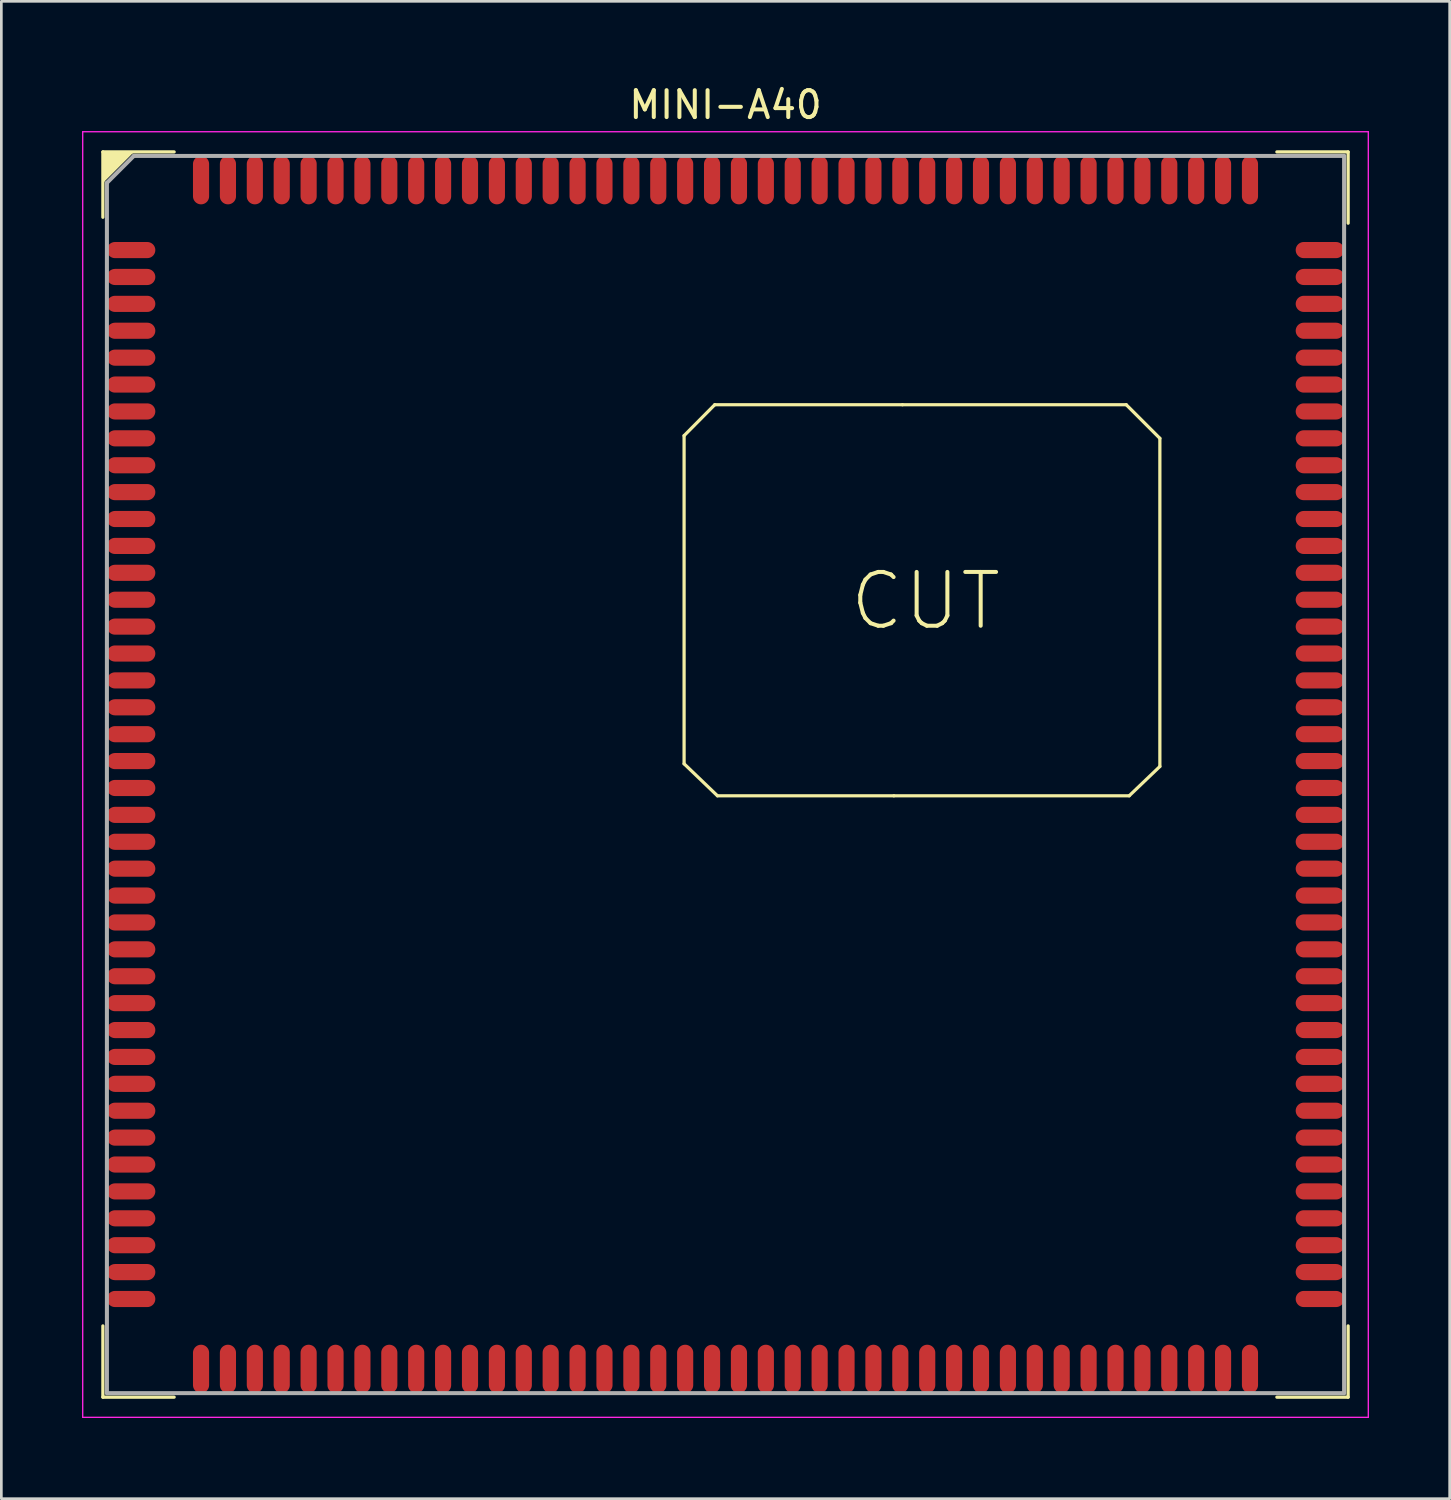
<source format=kicad_pcb>
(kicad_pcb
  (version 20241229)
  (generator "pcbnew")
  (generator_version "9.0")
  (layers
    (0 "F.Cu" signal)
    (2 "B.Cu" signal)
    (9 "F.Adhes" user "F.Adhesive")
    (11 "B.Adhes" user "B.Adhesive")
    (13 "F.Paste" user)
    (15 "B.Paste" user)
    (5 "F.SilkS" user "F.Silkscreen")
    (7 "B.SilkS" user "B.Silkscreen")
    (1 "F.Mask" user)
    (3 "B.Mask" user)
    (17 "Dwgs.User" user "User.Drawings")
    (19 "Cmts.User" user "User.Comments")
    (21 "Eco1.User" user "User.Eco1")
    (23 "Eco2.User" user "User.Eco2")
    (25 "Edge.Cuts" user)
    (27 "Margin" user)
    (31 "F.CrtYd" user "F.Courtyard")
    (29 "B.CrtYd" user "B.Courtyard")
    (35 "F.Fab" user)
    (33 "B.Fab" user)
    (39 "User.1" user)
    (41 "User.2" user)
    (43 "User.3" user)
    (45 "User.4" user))
  (footprint "MINI-A40"
    (layer "F.Cu")
    (at 23.925 25.748)
    (property "Reference" "MINI-A40" (at 0 -24.9 0) (layer "F.SilkS") (effects (font (size 1 1) (thickness 0.15))))
    (attr smd)
    (fp_line (start -23.15 -23.15) (end -23.15 -20.72) (stroke (width 0.12) (type solid)) (layer "F.SilkS"))
    (fp_line (start -23.15 23.15) (end -23.15 20.5) (stroke (width 0.12) (type solid)) (layer "F.SilkS"))
    (fp_line (start -20.5 -23.15) (end -23.15 -23.15) (stroke (width 0.12) (type solid)) (layer "F.SilkS"))
    (fp_line (start -20.5 23.15) (end -23.15 23.15) (stroke (width 0.12) (type solid)) (layer "F.SilkS"))
    (fp_line (start -1.54 -12.6) (end -1.54 -0.4) (stroke (width 0.12) (type solid)) (layer "F.SilkS"))
    (fp_line (start -1.54 -12.6) (end -0.4 -13.75) (stroke (width 0.12) (type solid)) (layer "F.SilkS"))
    (fp_line (start -0.3 0.79) (end -1.54 -0.4) (stroke (width 0.12) (type solid)) (layer "F.SilkS"))
    (fp_line (start 6.26 0.79) (end -0.3 0.79) (stroke (width 0.12) (type solid)) (layer "F.SilkS"))
    (fp_line (start 6.58 -13.75) (end -0.4 -13.75) (stroke (width 0.12) (type solid)) (layer "F.SilkS"))
    (fp_line (start 6.58 -13.75) (end 14.9 -13.75) (stroke (width 0.12) (type solid)) (layer "F.SilkS"))
    (fp_line (start 15.01 0.79) (end 6.26 0.79) (stroke (width 0.12) (type solid)) (layer "F.SilkS"))
    (fp_line (start 16.15 -12.5) (end 14.9 -13.75) (stroke (width 0.12) (type solid)) (layer "F.SilkS"))
    (fp_line (start 16.15 -12.5) (end 16.15 -0.3) (stroke (width 0.12) (type solid)) (layer "F.SilkS"))
    (fp_line (start 16.15 -0.3) (end 15.01 0.79) (stroke (width 0.12) (type solid)) (layer "F.SilkS"))
    (fp_line (start 20.5 -23.15) (end 23.15 -23.15) (stroke (width 0.12) (type solid)) (layer "F.SilkS"))
    (fp_line (start 20.5 23.15) (end 23.15 23.15) (stroke (width 0.12) (type solid)) (layer "F.SilkS"))
    (fp_line (start 23.15 -23.15) (end 23.15 -20.5) (stroke (width 0.12) (type solid)) (layer "F.SilkS"))
    (fp_line (start 23.15 23.15) (end 23.15 20.5) (stroke (width 0.12) (type solid)) (layer "F.SilkS"))
    (fp_poly (pts (xy -23.13 -22.08) (xy -23.09 -23.09) (xy -22.08 -23.13)) (stroke (width 0.1) (type solid)) (fill yes) (layer "F.SilkS"))
    (fp_line (start -23.9 -23.9) (end 23.9 -23.9) (stroke (width 0.05) (type solid)) (layer "F.CrtYd"))
    (fp_line (start -23.9 23.9) (end -23.9 -23.9) (stroke (width 0.05) (type solid)) (layer "F.CrtYd"))
    (fp_line (start 23.9 -23.9) (end 23.9 23.9) (stroke (width 0.05) (type solid)) (layer "F.CrtYd"))
    (fp_line (start 23.9 23.9) (end -23.9 23.9) (stroke (width 0.05) (type solid)) (layer "F.CrtYd"))
    (fp_line (start -23 -22) (end -23 23) (stroke (width 0.15) (type solid)) (layer "F.Fab"))
    (fp_line (start -23 23) (end 23 23) (stroke (width 0.15) (type solid)) (layer "F.Fab"))
    (fp_line (start -22 -23) (end -23 -22) (stroke (width 0.15) (type solid)) (layer "F.Fab"))
    (fp_line (start 23 -23) (end -22 -23) (stroke (width 0.15) (type solid)) (layer "F.Fab"))
    (fp_line (start 23 23) (end 23 -23) (stroke (width 0.15) (type solid)) (layer "F.Fab"))
    (fp_text user "CUT" (at 7.44 -6.45 0) (layer "F.SilkS") (effects (font (size 2 2) (thickness 0.15))))
    (pad "1" smd oval (at -22.1 -19.5 90) (size 0.6 1.8) (layers "F.Cu" "F.Mask" "F.Paste"))
    (pad "2" smd oval (at -22.1 -18.5 90) (size 0.6 1.8) (layers "F.Cu" "F.Mask" "F.Paste"))
    (pad "3" smd oval (at -22.1 -17.5 90) (size 0.6 1.8) (layers "F.Cu" "F.Mask" "F.Paste"))
    (pad "4" smd oval (at -22.1 -16.5 90) (size 0.6 1.8) (layers "F.Cu" "F.Mask" "F.Paste"))
    (pad "5" smd oval (at -22.1 -15.5 90) (size 0.6 1.8) (layers "F.Cu" "F.Mask" "F.Paste"))
    (pad "6" smd oval (at -22.1 -14.5 90) (size 0.6 1.8) (layers "F.Cu" "F.Mask" "F.Paste"))
    (pad "7" smd oval (at -22.1 -13.5 90) (size 0.6 1.8) (layers "F.Cu" "F.Mask" "F.Paste"))
    (pad "8" smd oval (at -22.1 -12.5 90) (size 0.6 1.8) (layers "F.Cu" "F.Mask" "F.Paste"))
    (pad "9" smd oval (at -22.1 -11.5 90) (size 0.6 1.8) (layers "F.Cu" "F.Mask" "F.Paste"))
    (pad "10" smd oval (at -22.1 -10.5 90) (size 0.6 1.8) (layers "F.Cu" "F.Mask" "F.Paste"))
    (pad "11" smd oval (at -22.1 -9.5 90) (size 0.6 1.8) (layers "F.Cu" "F.Mask" "F.Paste"))
    (pad "12" smd oval (at -22.1 -8.5 90) (size 0.6 1.8) (layers "F.Cu" "F.Mask" "F.Paste"))
    (pad "13" smd oval (at -22.1 -7.5 90) (size 0.6 1.8) (layers "F.Cu" "F.Mask" "F.Paste"))
    (pad "14" smd oval (at -22.1 -6.5 90) (size 0.6 1.8) (layers "F.Cu" "F.Mask" "F.Paste"))
    (pad "15" smd oval (at -22.1 -5.5 90) (size 0.6 1.8) (layers "F.Cu" "F.Mask" "F.Paste"))
    (pad "16" smd oval (at -22.1 -4.5 90) (size 0.6 1.8) (layers "F.Cu" "F.Mask" "F.Paste"))
    (pad "17" smd oval (at -22.1 -3.5 90) (size 0.6 1.8) (layers "F.Cu" "F.Mask" "F.Paste"))
    (pad "18" smd oval (at -22.1 -2.5 90) (size 0.6 1.8) (layers "F.Cu" "F.Mask" "F.Paste"))
    (pad "19" smd oval (at -22.1 -1.5 90) (size 0.6 1.8) (layers "F.Cu" "F.Mask" "F.Paste"))
    (pad "20" smd oval (at -22.1 -0.5 90) (size 0.6 1.8) (layers "F.Cu" "F.Mask" "F.Paste"))
    (pad "21" smd oval (at -22.1 0.5 90) (size 0.6 1.8) (layers "F.Cu" "F.Mask" "F.Paste"))
    (pad "22" smd oval (at -22.1 1.5 90) (size 0.6 1.8) (layers "F.Cu" "F.Mask" "F.Paste"))
    (pad "23" smd oval (at -22.1 2.5 90) (size 0.6 1.8) (layers "F.Cu" "F.Mask" "F.Paste"))
    (pad "24" smd oval (at -22.1 3.5 90) (size 0.6 1.8) (layers "F.Cu" "F.Mask" "F.Paste"))
    (pad "25" smd oval (at -22.1 4.5 90) (size 0.6 1.8) (layers "F.Cu" "F.Mask" "F.Paste"))
    (pad "26" smd oval (at -22.1 5.5 90) (size 0.6 1.8) (layers "F.Cu" "F.Mask" "F.Paste"))
    (pad "27" smd oval (at -22.1 6.5 90) (size 0.6 1.8) (layers "F.Cu" "F.Mask" "F.Paste"))
    (pad "28" smd oval (at -22.1 7.5 90) (size 0.6 1.8) (layers "F.Cu" "F.Mask" "F.Paste"))
    (pad "29" smd oval (at -22.1 8.5 90) (size 0.6 1.8) (layers "F.Cu" "F.Mask" "F.Paste"))
    (pad "30" smd oval (at -22.1 9.5 90) (size 0.6 1.8) (layers "F.Cu" "F.Mask" "F.Paste"))
    (pad "31" smd oval (at -22.1 10.5 90) (size 0.6 1.8) (layers "F.Cu" "F.Mask" "F.Paste"))
    (pad "32" smd oval (at -22.1 11.5 90) (size 0.6 1.8) (layers "F.Cu" "F.Mask" "F.Paste"))
    (pad "33" smd oval (at -22.1 12.5 90) (size 0.6 1.8) (layers "F.Cu" "F.Mask" "F.Paste"))
    (pad "34" smd oval (at -22.1 13.5 90) (size 0.6 1.8) (layers "F.Cu" "F.Mask" "F.Paste"))
    (pad "35" smd oval (at -22.1 14.5 90) (size 0.6 1.8) (layers "F.Cu" "F.Mask" "F.Paste"))
    (pad "36" smd oval (at -22.1 15.5 90) (size 0.6 1.8) (layers "F.Cu" "F.Mask" "F.Paste"))
    (pad "37" smd oval (at -22.1 16.5 90) (size 0.6 1.8) (layers "F.Cu" "F.Mask" "F.Paste"))
    (pad "38" smd oval (at -22.1 17.5 90) (size 0.6 1.8) (layers "F.Cu" "F.Mask" "F.Paste"))
    (pad "39" smd oval (at -22.1 18.5 90) (size 0.6 1.8) (layers "F.Cu" "F.Mask" "F.Paste"))
    (pad "40" smd oval (at -22.1 19.5 90) (size 0.6 1.8) (layers "F.Cu" "F.Mask" "F.Paste"))
    (pad "41" smd oval (at -19.5 22.1) (size 0.6 1.8) (layers "F.Cu" "F.Mask" "F.Paste"))
    (pad "42" smd oval (at -18.5 22.1) (size 0.6 1.8) (layers "F.Cu" "F.Mask" "F.Paste"))
    (pad "43" smd oval (at -17.5 22.1) (size 0.6 1.8) (layers "F.Cu" "F.Mask" "F.Paste"))
    (pad "44" smd oval (at -16.5 22.1) (size 0.6 1.8) (layers "F.Cu" "F.Mask" "F.Paste"))
    (pad "45" smd oval (at -15.5 22.1) (size 0.6 1.8) (layers "F.Cu" "F.Mask" "F.Paste"))
    (pad "46" smd oval (at -14.5 22.1) (size 0.6 1.8) (layers "F.Cu" "F.Mask" "F.Paste"))
    (pad "47" smd oval (at -13.5 22.1) (size 0.6 1.8) (layers "F.Cu" "F.Mask" "F.Paste"))
    (pad "48" smd oval (at -12.5 22.1) (size 0.6 1.8) (layers "F.Cu" "F.Mask" "F.Paste"))
    (pad "49" smd oval (at -11.5 22.1) (size 0.6 1.8) (layers "F.Cu" "F.Mask" "F.Paste"))
    (pad "50" smd oval (at -10.5 22.1) (size 0.6 1.8) (layers "F.Cu" "F.Mask" "F.Paste"))
    (pad "51" smd oval (at -9.5 22.1) (size 0.6 1.8) (layers "F.Cu" "F.Mask" "F.Paste"))
    (pad "52" smd oval (at -8.5 22.1) (size 0.6 1.8) (layers "F.Cu" "F.Mask" "F.Paste"))
    (pad "53" smd oval (at -7.5 22.1) (size 0.6 1.8) (layers "F.Cu" "F.Mask" "F.Paste"))
    (pad "54" smd oval (at -6.5 22.1) (size 0.6 1.8) (layers "F.Cu" "F.Mask" "F.Paste"))
    (pad "55" smd oval (at -5.5 22.1) (size 0.6 1.8) (layers "F.Cu" "F.Mask" "F.Paste"))
    (pad "56" smd oval (at -4.5 22.1) (size 0.6 1.8) (layers "F.Cu" "F.Mask" "F.Paste"))
    (pad "57" smd oval (at -3.5 22.1) (size 0.6 1.8) (layers "F.Cu" "F.Mask" "F.Paste"))
    (pad "58" smd oval (at -2.5 22.1) (size 0.6 1.8) (layers "F.Cu" "F.Mask" "F.Paste"))
    (pad "59" smd oval (at -1.5 22.1) (size 0.6 1.8) (layers "F.Cu" "F.Mask" "F.Paste"))
    (pad "60" smd oval (at -0.5 22.1) (size 0.6 1.8) (layers "F.Cu" "F.Mask" "F.Paste"))
    (pad "61" smd oval (at 0.5 22.1) (size 0.6 1.8) (layers "F.Cu" "F.Mask" "F.Paste"))
    (pad "62" smd oval (at 1.5 22.1) (size 0.6 1.8) (layers "F.Cu" "F.Mask" "F.Paste"))
    (pad "63" smd oval (at 2.5 22.1) (size 0.6 1.8) (layers "F.Cu" "F.Mask" "F.Paste"))
    (pad "64" smd oval (at 3.5 22.1) (size 0.6 1.8) (layers "F.Cu" "F.Mask" "F.Paste"))
    (pad "65" smd oval (at 4.5 22.1) (size 0.6 1.8) (layers "F.Cu" "F.Mask" "F.Paste"))
    (pad "66" smd oval (at 5.5 22.1) (size 0.6 1.8) (layers "F.Cu" "F.Mask" "F.Paste"))
    (pad "67" smd oval (at 6.5 22.1) (size 0.6 1.8) (layers "F.Cu" "F.Mask" "F.Paste"))
    (pad "68" smd oval (at 7.5 22.1) (size 0.6 1.8) (layers "F.Cu" "F.Mask" "F.Paste"))
    (pad "69" smd oval (at 8.5 22.1) (size 0.6 1.8) (layers "F.Cu" "F.Mask" "F.Paste"))
    (pad "70" smd oval (at 9.5 22.1) (size 0.6 1.8) (layers "F.Cu" "F.Mask" "F.Paste"))
    (pad "71" smd oval (at 10.5 22.1) (size 0.6 1.8) (layers "F.Cu" "F.Mask" "F.Paste"))
    (pad "72" smd oval (at 11.5 22.1) (size 0.6 1.8) (layers "F.Cu" "F.Mask" "F.Paste"))
    (pad "73" smd oval (at 12.5 22.1) (size 0.6 1.8) (layers "F.Cu" "F.Mask" "F.Paste"))
    (pad "74" smd oval (at 13.5 22.1) (size 0.6 1.8) (layers "F.Cu" "F.Mask" "F.Paste"))
    (pad "75" smd oval (at 14.5 22.1) (size 0.6 1.8) (layers "F.Cu" "F.Mask" "F.Paste"))
    (pad "76" smd oval (at 15.5 22.1) (size 0.6 1.8) (layers "F.Cu" "F.Mask" "F.Paste"))
    (pad "77" smd oval (at 16.5 22.1) (size 0.6 1.8) (layers "F.Cu" "F.Mask" "F.Paste"))
    (pad "78" smd oval (at 17.5 22.1) (size 0.6 1.8) (layers "F.Cu" "F.Mask" "F.Paste"))
    (pad "79" smd oval (at 18.5 22.1) (size 0.6 1.8) (layers "F.Cu" "F.Mask" "F.Paste"))
    (pad "80" smd oval (at 19.5 22.1) (size 0.6 1.8) (layers "F.Cu" "F.Mask" "F.Paste"))
    (pad "81" smd oval (at 22.1 19.5 90) (size 0.6 1.8) (layers "F.Cu" "F.Mask" "F.Paste"))
    (pad "82" smd oval (at 22.1 18.5 90) (size 0.6 1.8) (layers "F.Cu" "F.Mask" "F.Paste"))
    (pad "83" smd oval (at 22.1 17.5 90) (size 0.6 1.8) (layers "F.Cu" "F.Mask" "F.Paste"))
    (pad "84" smd oval (at 22.1 16.5 90) (size 0.6 1.8) (layers "F.Cu" "F.Mask" "F.Paste"))
    (pad "85" smd oval (at 22.1 15.5 90) (size 0.6 1.8) (layers "F.Cu" "F.Mask" "F.Paste"))
    (pad "86" smd oval (at 22.1 14.5 90) (size 0.6 1.8) (layers "F.Cu" "F.Mask" "F.Paste"))
    (pad "87" smd oval (at 22.1 13.5 90) (size 0.6 1.8) (layers "F.Cu" "F.Mask" "F.Paste"))
    (pad "88" smd oval (at 22.1 12.5 90) (size 0.6 1.8) (layers "F.Cu" "F.Mask" "F.Paste"))
    (pad "89" smd oval (at 22.1 11.5 90) (size 0.6 1.8) (layers "F.Cu" "F.Mask" "F.Paste"))
    (pad "90" smd oval (at 22.1 10.5 90) (size 0.6 1.8) (layers "F.Cu" "F.Mask" "F.Paste"))
    (pad "91" smd oval (at 22.1 9.5 90) (size 0.6 1.8) (layers "F.Cu" "F.Mask" "F.Paste"))
    (pad "92" smd oval (at 22.1 8.5 90) (size 0.6 1.8) (layers "F.Cu" "F.Mask" "F.Paste"))
    (pad "93" smd oval (at 22.1 7.5 90) (size 0.6 1.8) (layers "F.Cu" "F.Mask" "F.Paste"))
    (pad "94" smd oval (at 22.1 6.5 90) (size 0.6 1.8) (layers "F.Cu" "F.Mask" "F.Paste"))
    (pad "95" smd oval (at 22.1 5.5 90) (size 0.6 1.8) (layers "F.Cu" "F.Mask" "F.Paste"))
    (pad "96" smd oval (at 22.1 4.5 90) (size 0.6 1.8) (layers "F.Cu" "F.Mask" "F.Paste"))
    (pad "97" smd oval (at 22.1 3.5 90) (size 0.6 1.8) (layers "F.Cu" "F.Mask" "F.Paste"))
    (pad "98" smd oval (at 22.1 2.5 90) (size 0.6 1.8) (layers "F.Cu" "F.Mask" "F.Paste"))
    (pad "99" smd oval (at 22.1 1.5 90) (size 0.6 1.8) (layers "F.Cu" "F.Mask" "F.Paste"))
    (pad "100" smd oval (at 22.1 0.5 90) (size 0.6 1.8) (layers "F.Cu" "F.Mask" "F.Paste"))
    (pad "101" smd oval (at 22.1 -0.5 90) (size 0.6 1.8) (layers "F.Cu" "F.Mask" "F.Paste"))
    (pad "102" smd oval (at 22.1 -1.5 90) (size 0.6 1.8) (layers "F.Cu" "F.Mask" "F.Paste"))
    (pad "103" smd oval (at 22.1 -2.5 90) (size 0.6 1.8) (layers "F.Cu" "F.Mask" "F.Paste"))
    (pad "104" smd oval (at 22.1 -3.5 90) (size 0.6 1.8) (layers "F.Cu" "F.Mask" "F.Paste"))
    (pad "105" smd oval (at 22.1 -4.5 90) (size 0.6 1.8) (layers "F.Cu" "F.Mask" "F.Paste"))
    (pad "106" smd oval (at 22.1 -5.5 90) (size 0.6 1.8) (layers "F.Cu" "F.Mask" "F.Paste"))
    (pad "107" smd oval (at 22.1 -6.5 90) (size 0.6 1.8) (layers "F.Cu" "F.Mask" "F.Paste"))
    (pad "108" smd oval (at 22.1 -7.5 90) (size 0.6 1.8) (layers "F.Cu" "F.Mask" "F.Paste"))
    (pad "109" smd oval (at 22.1 -8.5 90) (size 0.6 1.8) (layers "F.Cu" "F.Mask" "F.Paste"))
    (pad "110" smd oval (at 22.1 -9.5 90) (size 0.6 1.8) (layers "F.Cu" "F.Mask" "F.Paste"))
    (pad "111" smd oval (at 22.1 -10.5 90) (size 0.6 1.8) (layers "F.Cu" "F.Mask" "F.Paste"))
    (pad "112" smd oval (at 22.1 -11.5 90) (size 0.6 1.8) (layers "F.Cu" "F.Mask" "F.Paste"))
    (pad "113" smd oval (at 22.1 -12.5 90) (size 0.6 1.8) (layers "F.Cu" "F.Mask" "F.Paste"))
    (pad "114" smd oval (at 22.1 -13.5 90) (size 0.6 1.8) (layers "F.Cu" "F.Mask" "F.Paste"))
    (pad "115" smd oval (at 22.1 -14.5 90) (size 0.6 1.8) (layers "F.Cu" "F.Mask" "F.Paste"))
    (pad "116" smd oval (at 22.1 -15.5 90) (size 0.6 1.8) (layers "F.Cu" "F.Mask" "F.Paste"))
    (pad "117" smd oval (at 22.1 -16.5 90) (size 0.6 1.8) (layers "F.Cu" "F.Mask" "F.Paste"))
    (pad "118" smd oval (at 22.1 -17.5 90) (size 0.6 1.8) (layers "F.Cu" "F.Mask" "F.Paste"))
    (pad "119" smd oval (at 22.1 -18.5 90) (size 0.6 1.8) (layers "F.Cu" "F.Mask" "F.Paste"))
    (pad "120" smd oval (at 22.1 -19.5 90) (size 0.6 1.8) (layers "F.Cu" "F.Mask" "F.Paste"))
    (pad "121" smd oval (at 19.5 -22.1) (size 0.6 1.8) (layers "F.Cu" "F.Mask" "F.Paste"))
    (pad "122" smd oval (at 18.5 -22.1) (size 0.6 1.8) (layers "F.Cu" "F.Mask" "F.Paste"))
    (pad "123" smd oval (at 17.5 -22.1) (size 0.6 1.8) (layers "F.Cu" "F.Mask" "F.Paste"))
    (pad "124" smd oval (at 16.5 -22.1) (size 0.6 1.8) (layers "F.Cu" "F.Mask" "F.Paste"))
    (pad "125" smd oval (at 15.5 -22.1) (size 0.6 1.8) (layers "F.Cu" "F.Mask" "F.Paste"))
    (pad "126" smd oval (at 14.5 -22.1) (size 0.6 1.8) (layers "F.Cu" "F.Mask" "F.Paste"))
    (pad "127" smd oval (at 13.5 -22.1) (size 0.6 1.8) (layers "F.Cu" "F.Mask" "F.Paste"))
    (pad "128" smd oval (at 12.5 -22.1) (size 0.6 1.8) (layers "F.Cu" "F.Mask" "F.Paste"))
    (pad "129" smd oval (at 11.5 -22.1) (size 0.6 1.8) (layers "F.Cu" "F.Mask" "F.Paste"))
    (pad "130" smd oval (at 10.5 -22.1) (size 0.6 1.8) (layers "F.Cu" "F.Mask" "F.Paste"))
    (pad "131" smd oval (at 9.5 -22.1) (size 0.6 1.8) (layers "F.Cu" "F.Mask" "F.Paste"))
    (pad "132" smd oval (at 8.5 -22.1) (size 0.6 1.8) (layers "F.Cu" "F.Mask" "F.Paste"))
    (pad "133" smd oval (at 7.5 -22.1) (size 0.6 1.8) (layers "F.Cu" "F.Mask" "F.Paste"))
    (pad "134" smd oval (at 6.5 -22.1) (size 0.6 1.8) (layers "F.Cu" "F.Mask" "F.Paste"))
    (pad "135" smd oval (at 5.5 -22.1) (size 0.6 1.8) (layers "F.Cu" "F.Mask" "F.Paste"))
    (pad "136" smd oval (at 4.5 -22.1) (size 0.6 1.8) (layers "F.Cu" "F.Mask" "F.Paste"))
    (pad "137" smd oval (at 3.5 -22.1) (size 0.6 1.8) (layers "F.Cu" "F.Mask" "F.Paste"))
    (pad "138" smd oval (at 2.5 -22.1) (size 0.6 1.8) (layers "F.Cu" "F.Mask" "F.Paste"))
    (pad "139" smd oval (at 1.5 -22.1) (size 0.6 1.8) (layers "F.Cu" "F.Mask" "F.Paste"))
    (pad "140" smd oval (at 0.5 -22.1) (size 0.6 1.8) (layers "F.Cu" "F.Mask" "F.Paste"))
    (pad "141" smd oval (at -0.5 -22.1) (size 0.6 1.8) (layers "F.Cu" "F.Mask" "F.Paste"))
    (pad "142" smd oval (at -1.5 -22.1) (size 0.6 1.8) (layers "F.Cu" "F.Mask" "F.Paste"))
    (pad "143" smd oval (at -2.5 -22.1) (size 0.6 1.8) (layers "F.Cu" "F.Mask" "F.Paste"))
    (pad "144" smd oval (at -3.5 -22.1) (size 0.6 1.8) (layers "F.Cu" "F.Mask" "F.Paste"))
    (pad "145" smd oval (at -4.5 -22.1) (size 0.6 1.8) (layers "F.Cu" "F.Mask" "F.Paste"))
    (pad "146" smd oval (at -5.5 -22.1) (size 0.6 1.8) (layers "F.Cu" "F.Mask" "F.Paste"))
    (pad "147" smd oval (at -6.5 -22.1) (size 0.6 1.8) (layers "F.Cu" "F.Mask" "F.Paste"))
    (pad "148" smd oval (at -7.5 -22.1) (size 0.6 1.8) (layers "F.Cu" "F.Mask" "F.Paste"))
    (pad "149" smd oval (at -8.5 -22.1) (size 0.6 1.8) (layers "F.Cu" "F.Mask" "F.Paste"))
    (pad "150" smd oval (at -9.5 -22.1) (size 0.6 1.8) (layers "F.Cu" "F.Mask" "F.Paste"))
    (pad "151" smd oval (at -10.5 -22.1) (size 0.6 1.8) (layers "F.Cu" "F.Mask" "F.Paste"))
    (pad "152" smd oval (at -11.5 -22.1) (size 0.6 1.8) (layers "F.Cu" "F.Mask" "F.Paste"))
    (pad "153" smd oval (at -12.5 -22.1) (size 0.6 1.8) (layers "F.Cu" "F.Mask" "F.Paste"))
    (pad "154" smd oval (at -13.5 -22.1) (size 0.6 1.8) (layers "F.Cu" "F.Mask" "F.Paste"))
    (pad "155" smd oval (at -14.5 -22.1) (size 0.6 1.8) (layers "F.Cu" "F.Mask" "F.Paste"))
    (pad "156" smd oval (at -15.5 -22.1) (size 0.6 1.8) (layers "F.Cu" "F.Mask" "F.Paste"))
    (pad "157" smd oval (at -16.5 -22.1) (size 0.6 1.8) (layers "F.Cu" "F.Mask" "F.Paste"))
    (pad "158" smd oval (at -17.5 -22.1) (size 0.6 1.8) (layers "F.Cu" "F.Mask" "F.Paste"))
    (pad "159" smd oval (at -18.5 -22.1) (size 0.6 1.8) (layers "F.Cu" "F.Mask" "F.Paste"))
    (pad "160" smd oval (at -19.5 -22.1) (size 0.6 1.8) (layers "F.Cu" "F.Mask" "F.Paste")))
  (gr_rect
    (start -3 -3)
    (end 50.85 52.673)
    (stroke (width 0.1) (type default))
    (fill no)
    (layer "Edge.Cuts")))
</source>
